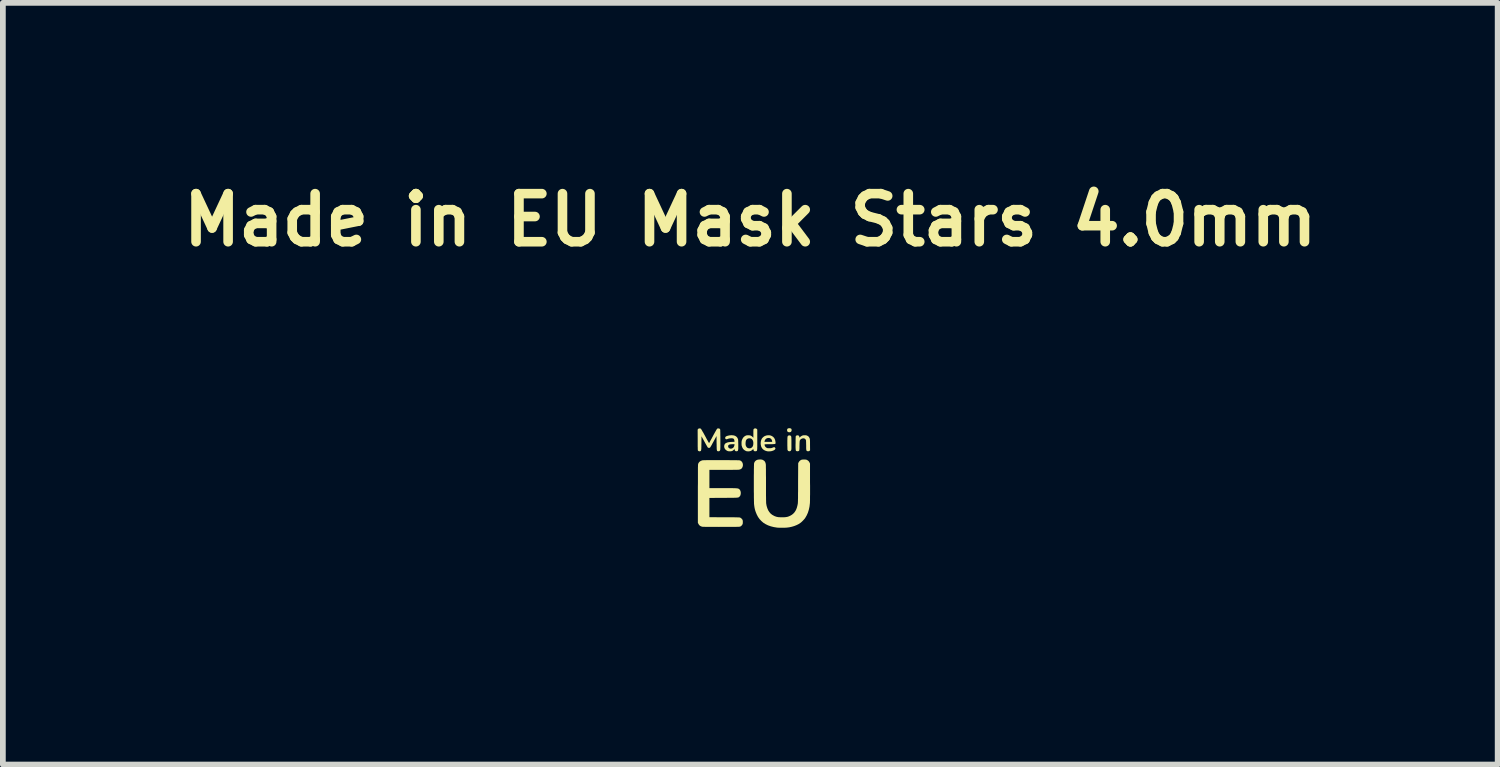
<source format=kicad_pcb>
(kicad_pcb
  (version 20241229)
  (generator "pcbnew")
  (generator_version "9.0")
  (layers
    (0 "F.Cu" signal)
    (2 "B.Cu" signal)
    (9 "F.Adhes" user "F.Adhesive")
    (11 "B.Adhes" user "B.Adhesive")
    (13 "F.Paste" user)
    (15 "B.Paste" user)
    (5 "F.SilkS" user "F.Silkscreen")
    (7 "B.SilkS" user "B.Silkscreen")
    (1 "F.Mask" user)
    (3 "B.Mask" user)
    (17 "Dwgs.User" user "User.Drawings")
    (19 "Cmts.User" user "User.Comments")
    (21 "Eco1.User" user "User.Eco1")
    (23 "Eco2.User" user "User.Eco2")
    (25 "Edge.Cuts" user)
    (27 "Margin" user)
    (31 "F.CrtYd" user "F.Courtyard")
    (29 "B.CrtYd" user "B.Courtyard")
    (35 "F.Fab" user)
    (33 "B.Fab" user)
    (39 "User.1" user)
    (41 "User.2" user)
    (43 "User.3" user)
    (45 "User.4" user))
  (footprint "Made in EU Mask Stars 4.0mm"
    (layer "F.Cu")
    (at 10.023 5.283)
    (property "Reference" "Made in EU Mask Stars 4.0mm" (at 0 -4.5 180) (layer "F.SilkS") (effects (font (size 0.838 0.838) (thickness 0.167))))
    (attr board_only exclude_from_pos_files exclude_from_bom)
    (fp_poly (pts (xy 1.47 -1.138) (xy 1.47 -1.137) (xy 1.472 -1.134) (xy 1.474 -1.125) (xy 1.479 -1.112) (xy 1.484 -1.095) (xy 1.491 -1.075) (xy 1.498 -1.053) (xy 1.506 -1.028) (xy 1.506 -1.026) (xy 1.541 -0.918) (xy 1.659 -0.917) (xy 1.778 -0.915) (xy 1.682 -0.847) (xy 1.661 -0.832) (xy 1.642 -0.818) (xy 1.625 -0.806) (xy 1.61 -0.795) (xy 1.599 -0.786) (xy 1.591 -0.78) (xy 1.587 -0.777) (xy 1.587 -0.777) (xy 1.588 -0.774) (xy 1.59 -0.766) (xy 1.594 -0.753) (xy 1.6 -0.737) (xy 1.606 -0.718) (xy 1.613 -0.695) (xy 1.621 -0.672) (xy 1.622 -0.667) (xy 1.63 -0.643) (xy 1.637 -0.62) (xy 1.644 -0.6) (xy 1.649 -0.583) (xy 1.653 -0.57) (xy 1.656 -0.561) (xy 1.657 -0.557) (xy 1.657 -0.557) (xy 1.654 -0.559) (xy 1.647 -0.563) (xy 1.637 -0.571) (xy 1.623 -0.581) (xy 1.607 -0.592) (xy 1.588 -0.606) (xy 1.568 -0.621) (xy 1.562 -0.625) (xy 1.469 -0.693) (xy 1.38 -0.628) (xy 1.355 -0.61) (xy 1.335 -0.595) (xy 1.319 -0.583) (xy 1.306 -0.574) (xy 1.296 -0.567) (xy 1.289 -0.562) (xy 1.285 -0.56) (xy 1.282 -0.558) (xy 1.281 -0.559) (xy 1.281 -0.56) (xy 1.281 -0.561) (xy 1.281 -0.562) (xy 1.291 -0.591) (xy 1.3 -0.62) (xy 1.31 -0.648) (xy 1.318 -0.675) (xy 1.326 -0.7) (xy 1.333 -0.723) (xy 1.339 -0.742) (xy 1.344 -0.758) (xy 1.347 -0.77) (xy 1.349 -0.778) (xy 1.349 -0.78) (xy 1.346 -0.782) (xy 1.339 -0.787) (xy 1.328 -0.795) (xy 1.314 -0.805) (xy 1.297 -0.817) (xy 1.278 -0.831) (xy 1.258 -0.845) (xy 1.253 -0.849) (xy 1.16 -0.915) (xy 1.278 -0.916) (xy 1.396 -0.917) (xy 1.422 -0.997) (xy 1.432 -1.029) (xy 1.441 -1.056) (xy 1.448 -1.079) (xy 1.454 -1.097) (xy 1.459 -1.111) (xy 1.463 -1.122) (xy 1.465 -1.129) (xy 1.467 -1.134) (xy 1.469 -1.137) (xy 1.47 -1.138)) (stroke (width 0) (type solid)) (fill yes) (layer "F.Mask"))
    (fp_poly (pts (xy 0.004 1.409) (xy 0.007 1.418) (xy 0.011 1.431) (xy 0.016 1.448) (xy 0.023 1.468) (xy 0.03 1.49) (xy 0.038 1.514) (xy 0.039 1.518) (xy 0.074 1.627) (xy 0.191 1.629) (xy 0.308 1.63) (xy 0.22 1.693) (xy 0.2 1.708) (xy 0.181 1.721) (xy 0.163 1.734) (xy 0.149 1.744) (xy 0.137 1.753) (xy 0.129 1.759) (xy 0.126 1.761) (xy 0.119 1.767) (xy 0.153 1.874) (xy 0.161 1.898) (xy 0.168 1.921) (xy 0.175 1.941) (xy 0.18 1.958) (xy 0.185 1.972) (xy 0.188 1.981) (xy 0.189 1.985) (xy 0.189 1.985) (xy 0.189 1.988) (xy 0.187 1.987) (xy 0.183 1.984) (xy 0.175 1.978) (xy 0.163 1.969) (xy 0.149 1.959) (xy 0.133 1.947) (xy 0.115 1.934) (xy 0.097 1.921) (xy 0.079 1.908) (xy 0.061 1.895) (xy 0.045 1.883) (xy 0.03 1.873) (xy 0.018 1.864) (xy 0.01 1.858) (xy 0.005 1.854) (xy 0.004 1.854) (xy 0.001 1.855) (xy -0.006 1.86) (xy -0.017 1.867) (xy -0.03 1.876) (xy -0.046 1.887) (xy -0.064 1.899) (xy -0.082 1.912) (xy -0.101 1.926) (xy -0.12 1.939) (xy -0.138 1.953) (xy -0.155 1.965) (xy -0.17 1.976) (xy -0.182 1.985) (xy -0.184 1.987) (xy -0.187 1.989) (xy -0.187 1.986) (xy -0.187 1.986) (xy -0.186 1.982) (xy -0.183 1.973) (xy -0.179 1.96) (xy -0.174 1.944) (xy -0.168 1.925) (xy -0.161 1.905) (xy -0.154 1.884) (xy -0.147 1.863) (xy -0.141 1.842) (xy -0.135 1.823) (xy -0.129 1.806) (xy -0.125 1.792) (xy -0.122 1.783) (xy -0.12 1.778) (xy -0.116 1.766) (xy -0.212 1.697) (xy -0.307 1.629) (xy -0.19 1.629) (xy -0.072 1.629) (xy -0.051 1.562) (xy -0.043 1.54) (xy -0.036 1.516) (xy -0.028 1.491) (xy -0.021 1.469) (xy -0.015 1.451) (xy -0.014 1.449) (xy -0.009 1.433) (xy -0.004 1.421) (xy -0.001 1.411) (xy 0.002 1.406) (xy 0.003 1.405)) (stroke (width 0) (type solid)) (fill yes) (layer "F.Mask"))
    (fp_poly (pts (xy -0.822 -1.685) (xy -0.815 -1.662) (xy -0.807 -1.639) (xy -0.8 -1.617) (xy -0.794 -1.598) (xy -0.788 -1.581) (xy -0.786 -1.573) (xy -0.774 -1.536) (xy -0.655 -1.536) (xy -0.537 -1.535) (xy -0.622 -1.474) (xy -0.643 -1.459) (xy -0.662 -1.446) (xy -0.679 -1.433) (xy -0.694 -1.422) (xy -0.706 -1.413) (xy -0.714 -1.407) (xy -0.718 -1.405) (xy -0.729 -1.396) (xy -0.693 -1.287) (xy -0.686 -1.263) (xy -0.679 -1.24) (xy -0.672 -1.22) (xy -0.667 -1.203) (xy -0.663 -1.19) (xy -0.66 -1.181) (xy -0.659 -1.177) (xy -0.659 -1.177) (xy -0.662 -1.178) (xy -0.669 -1.183) (xy -0.679 -1.19) (xy -0.693 -1.2) (xy -0.709 -1.212) (xy -0.728 -1.225) (xy -0.748 -1.24) (xy -0.75 -1.242) (xy -0.771 -1.257) (xy -0.79 -1.27) (xy -0.807 -1.283) (xy -0.821 -1.293) (xy -0.833 -1.301) (xy -0.841 -1.307) (xy -0.844 -1.309) (xy -0.844 -1.309) (xy -0.847 -1.308) (xy -0.855 -1.303) (xy -0.866 -1.296) (xy -0.88 -1.286) (xy -0.897 -1.274) (xy -0.916 -1.261) (xy -0.936 -1.246) (xy -0.94 -1.243) (xy -0.961 -1.228) (xy -0.98 -1.214) (xy -0.997 -1.202) (xy -1.011 -1.192) (xy -1.022 -1.184) (xy -1.03 -1.178) (xy -1.034 -1.176) (xy -1.034 -1.176) (xy -1.033 -1.179) (xy -1.031 -1.187) (xy -1.027 -1.199) (xy -1.022 -1.215) (xy -1.016 -1.234) (xy -1.009 -1.256) (xy -1.002 -1.28) (xy -1 -1.285) (xy -0.992 -1.31) (xy -0.985 -1.332) (xy -0.978 -1.352) (xy -0.973 -1.369) (xy -0.969 -1.383) (xy -0.966 -1.392) (xy -0.965 -1.396) (xy -0.965 -1.396) (xy -0.967 -1.398) (xy -0.974 -1.403) (xy -0.984 -1.411) (xy -0.998 -1.421) (xy -1.014 -1.433) (xy -1.033 -1.447) (xy -1.054 -1.462) (xy -1.06 -1.466) (xy -1.156 -1.535) (xy -1.037 -1.536) (xy -0.918 -1.536) (xy -0.89 -1.625) (xy -0.883 -1.648) (xy -0.876 -1.671) (xy -0.869 -1.692) (xy -0.863 -1.71) (xy -0.858 -1.725) (xy -0.855 -1.735) (xy -0.854 -1.737) (xy -0.846 -1.761)) (stroke (width 0) (type solid)) (fill yes) (layer "F.Mask"))
    (fp_poly (pts (xy -0.845 1.184) (xy -0.842 1.191) (xy -0.837 1.203) (xy -0.832 1.219) (xy -0.826 1.238) (xy -0.818 1.259) (xy -0.811 1.283) (xy -0.808 1.291) (xy -0.773 1.402) (xy -0.655 1.403) (xy -0.537 1.404) (xy -0.632 1.472) (xy -0.653 1.487) (xy -0.672 1.501) (xy -0.689 1.513) (xy -0.704 1.524) (xy -0.715 1.533) (xy -0.723 1.539) (xy -0.726 1.542) (xy -0.726 1.542) (xy -0.726 1.545) (xy -0.723 1.553) (xy -0.719 1.566) (xy -0.714 1.583) (xy -0.708 1.602) (xy -0.701 1.624) (xy -0.693 1.648) (xy -0.692 1.651) (xy -0.684 1.675) (xy -0.677 1.697) (xy -0.671 1.717) (xy -0.666 1.734) (xy -0.662 1.747) (xy -0.66 1.756) (xy -0.659 1.76) (xy -0.659 1.76) (xy -0.661 1.759) (xy -0.667 1.755) (xy -0.676 1.749) (xy -0.685 1.743) (xy -0.694 1.737) (xy -0.707 1.727) (xy -0.723 1.715) (xy -0.741 1.702) (xy -0.76 1.688) (xy -0.777 1.675) (xy -0.845 1.626) (xy -0.926 1.686) (xy -0.946 1.7) (xy -0.965 1.714) (xy -0.983 1.727) (xy -0.998 1.737) (xy -1.009 1.746) (xy -1.018 1.752) (xy -1.021 1.754) (xy -1.028 1.759) (xy -1.032 1.761) (xy -1.033 1.76) (xy -1.032 1.756) (xy -1.03 1.752) (xy -1.027 1.742) (xy -1.023 1.729) (xy -1.017 1.711) (xy -1.011 1.691) (xy -1.004 1.669) (xy -0.997 1.647) (xy -0.989 1.623) (xy -0.982 1.602) (xy -0.977 1.582) (xy -0.972 1.566) (xy -0.968 1.553) (xy -0.966 1.545) (xy -0.965 1.541) (xy -0.968 1.539) (xy -0.975 1.533) (xy -0.986 1.525) (xy -1 1.515) (xy -1.017 1.502) (xy -1.035 1.489) (xy -1.056 1.474) (xy -1.06 1.471) (xy -1.153 1.404) (xy -1.035 1.403) (xy -0.917 1.402) (xy -0.911 1.384) (xy -0.906 1.365) (xy -0.899 1.344) (xy -0.892 1.322) (xy -0.885 1.299) (xy -0.877 1.276) (xy -0.87 1.255) (xy -0.864 1.234) (xy -0.858 1.216) (xy -0.853 1.201) (xy -0.849 1.19) (xy -0.847 1.183) (xy -0.846 1.181)) (stroke (width 0) (type solid)) (fill yes) (layer "F.Mask"))
    (fp_poly (pts (xy 0.849 1.182) (xy 0.85 1.185) (xy 0.852 1.19) (xy 0.854 1.198) (xy 0.858 1.209) (xy 0.863 1.223) (xy 0.869 1.242) (xy 0.876 1.264) (xy 0.885 1.292) (xy 0.895 1.325) (xy 0.898 1.332) (xy 0.92 1.402) (xy 1.038 1.403) (xy 1.156 1.404) (xy 1.063 1.471) (xy 1.042 1.486) (xy 1.023 1.5) (xy 1.005 1.512) (xy 0.991 1.523) (xy 0.979 1.531) (xy 0.971 1.536) (xy 0.967 1.539) (xy 0.967 1.539) (xy 0.968 1.542) (xy 0.97 1.55) (xy 0.973 1.563) (xy 0.978 1.579) (xy 0.984 1.599) (xy 0.991 1.621) (xy 0.999 1.645) (xy 1 1.651) (xy 1.008 1.675) (xy 1.015 1.698) (xy 1.022 1.718) (xy 1.027 1.735) (xy 1.031 1.748) (xy 1.034 1.757) (xy 1.035 1.761) (xy 1.035 1.762) (xy 1.033 1.76) (xy 1.026 1.755) (xy 1.015 1.748) (xy 1.001 1.738) (xy 0.985 1.726) (xy 0.966 1.713) (xy 0.946 1.698) (xy 0.941 1.694) (xy 0.847 1.626) (xy 0.832 1.637) (xy 0.812 1.652) (xy 0.792 1.667) (xy 0.771 1.682) (xy 0.75 1.698) (xy 0.73 1.712) (xy 0.712 1.725) (xy 0.695 1.737) (xy 0.681 1.747) (xy 0.67 1.755) (xy 0.663 1.76) (xy 0.659 1.762) (xy 0.659 1.763) (xy 0.659 1.761) (xy 0.659 1.76) (xy 0.66 1.757) (xy 0.663 1.749) (xy 0.667 1.737) (xy 0.672 1.721) (xy 0.678 1.703) (xy 0.684 1.683) (xy 0.691 1.662) (xy 0.698 1.64) (xy 0.705 1.619) (xy 0.711 1.599) (xy 0.717 1.58) (xy 0.722 1.565) (xy 0.726 1.553) (xy 0.729 1.545) (xy 0.729 1.542) (xy 0.729 1.542) (xy 0.727 1.54) (xy 0.72 1.535) (xy 0.71 1.527) (xy 0.696 1.517) (xy 0.68 1.505) (xy 0.661 1.491) (xy 0.64 1.476) (xy 0.634 1.472) (xy 0.539 1.404) (xy 0.657 1.402) (xy 0.775 1.401) (xy 0.811 1.29) (xy 0.819 1.266) (xy 0.826 1.243) (xy 0.833 1.223) (xy 0.838 1.206) (xy 0.843 1.193) (xy 0.846 1.184) (xy 0.848 1.181) (xy 0.848 1.18)) (stroke (width 0) (type solid)) (fill yes) (layer "F.Mask"))
    (fp_poly (pts (xy 0.003 -1.984) (xy 0.006 -1.975) (xy 0.01 -1.963) (xy 0.015 -1.946) (xy 0.021 -1.926) (xy 0.029 -1.904) (xy 0.036 -1.88) (xy 0.038 -1.874) (xy 0.073 -1.764) (xy 0.191 -1.763) (xy 0.308 -1.761) (xy 0.214 -1.693) (xy 0.193 -1.678) (xy 0.173 -1.664) (xy 0.156 -1.652) (xy 0.142 -1.641) (xy 0.13 -1.633) (xy 0.123 -1.627) (xy 0.119 -1.624) (xy 0.119 -1.624) (xy 0.12 -1.621) (xy 0.122 -1.613) (xy 0.126 -1.601) (xy 0.131 -1.586) (xy 0.137 -1.568) (xy 0.143 -1.548) (xy 0.15 -1.526) (xy 0.157 -1.505) (xy 0.164 -1.484) (xy 0.17 -1.464) (xy 0.176 -1.445) (xy 0.181 -1.43) (xy 0.185 -1.417) (xy 0.188 -1.41) (xy 0.188 -1.408) (xy 0.189 -1.406) (xy 0.189 -1.405) (xy 0.188 -1.404) (xy 0.186 -1.406) (xy 0.181 -1.408) (xy 0.174 -1.413) (xy 0.165 -1.42) (xy 0.152 -1.429) (xy 0.135 -1.442) (xy 0.114 -1.457) (xy 0.101 -1.466) (xy 0.081 -1.481) (xy 0.063 -1.494) (xy 0.046 -1.507) (xy 0.032 -1.517) (xy 0.02 -1.525) (xy 0.013 -1.531) (xy 0.01 -1.533) (xy 0.001 -1.539) (xy -0.079 -1.481) (xy -0.099 -1.466) (xy -0.118 -1.452) (xy -0.136 -1.44) (xy -0.151 -1.429) (xy -0.163 -1.42) (xy -0.171 -1.414) (xy -0.174 -1.412) (xy -0.182 -1.406) (xy -0.186 -1.404) (xy -0.187 -1.405) (xy -0.186 -1.408) (xy -0.186 -1.408) (xy -0.185 -1.413) (xy -0.182 -1.422) (xy -0.178 -1.435) (xy -0.172 -1.451) (xy -0.166 -1.47) (xy -0.16 -1.491) (xy -0.153 -1.512) (xy -0.146 -1.534) (xy -0.139 -1.555) (xy -0.133 -1.574) (xy -0.127 -1.591) (xy -0.123 -1.605) (xy -0.12 -1.615) (xy -0.118 -1.621) (xy -0.118 -1.621) (xy -0.12 -1.624) (xy -0.126 -1.629) (xy -0.136 -1.638) (xy -0.15 -1.648) (xy -0.166 -1.66) (xy -0.185 -1.674) (xy -0.206 -1.689) (xy -0.211 -1.693) (xy -0.306 -1.761) (xy -0.189 -1.762) (xy -0.072 -1.763) (xy -0.051 -1.829) (xy -0.043 -1.851) (xy -0.036 -1.876) (xy -0.028 -1.9) (xy -0.021 -1.922) (xy -0.015 -1.94) (xy -0.014 -1.942) (xy -0.009 -1.958) (xy -0.005 -1.971) (xy -0.001 -1.981) (xy 0.001 -1.986) (xy 0.002 -1.987)) (stroke (width 0) (type solid)) (fill yes) (layer "F.Mask"))
    (fp_poly (pts (xy 1.47 0.561) (xy 1.472 0.568) (xy 1.476 0.58) (xy 1.482 0.596) (xy 1.488 0.615) (xy 1.495 0.637) (xy 1.503 0.661) (xy 1.505 0.668) (xy 1.541 0.779) (xy 1.66 0.78) (xy 1.779 0.782) (xy 1.685 0.849) (xy 1.664 0.863) (xy 1.645 0.877) (xy 1.628 0.89) (xy 1.613 0.9) (xy 1.601 0.909) (xy 1.593 0.914) (xy 1.589 0.917) (xy 1.589 0.917) (xy 1.589 0.921) (xy 1.591 0.929) (xy 1.595 0.942) (xy 1.6 0.959) (xy 1.606 0.98) (xy 1.614 1.004) (xy 1.622 1.03) (xy 1.63 1.055) (xy 1.637 1.078) (xy 1.644 1.098) (xy 1.649 1.115) (xy 1.653 1.128) (xy 1.656 1.138) (xy 1.657 1.142) (xy 1.657 1.142) (xy 1.655 1.14) (xy 1.648 1.136) (xy 1.638 1.128) (xy 1.624 1.118) (xy 1.608 1.106) (xy 1.589 1.093) (xy 1.569 1.078) (xy 1.563 1.074) (xy 1.54 1.057) (xy 1.52 1.042) (xy 1.504 1.031) (xy 1.492 1.023) (xy 1.483 1.016) (xy 1.476 1.012) (xy 1.471 1.01) (xy 1.468 1.009) (xy 1.465 1.009) (xy 1.464 1.009) (xy 1.46 1.012) (xy 1.452 1.018) (xy 1.44 1.026) (xy 1.425 1.037) (xy 1.408 1.049) (xy 1.389 1.063) (xy 1.37 1.077) (xy 1.35 1.092) (xy 1.332 1.105) (xy 1.315 1.117) (xy 1.302 1.126) (xy 1.291 1.134) (xy 1.284 1.138) (xy 1.282 1.14) (xy 1.282 1.137) (xy 1.285 1.129) (xy 1.288 1.116) (xy 1.293 1.1) (xy 1.3 1.081) (xy 1.307 1.059) (xy 1.314 1.035) (xy 1.316 1.03) (xy 1.324 1.006) (xy 1.331 0.983) (xy 1.337 0.963) (xy 1.342 0.946) (xy 1.346 0.933) (xy 1.349 0.924) (xy 1.35 0.92) (xy 1.35 0.92) (xy 1.347 0.917) (xy 1.341 0.912) (xy 1.331 0.905) (xy 1.319 0.896) (xy 1.314 0.893) (xy 1.301 0.883) (xy 1.284 0.871) (xy 1.266 0.858) (xy 1.246 0.844) (xy 1.226 0.83) (xy 1.219 0.824) (xy 1.16 0.782) (xy 1.278 0.78) (xy 1.397 0.779) (xy 1.432 0.669) (xy 1.44 0.645) (xy 1.447 0.622) (xy 1.454 0.602) (xy 1.459 0.585) (xy 1.464 0.571) (xy 1.467 0.562) (xy 1.468 0.558) (xy 1.468 0.558)) (stroke (width 0) (type solid)) (fill yes) (layer "F.Mask"))
    (fp_poly (pts (xy -1.465 0.56) (xy -1.464 0.563) (xy -1.461 0.572) (xy -1.457 0.585) (xy -1.451 0.602) (xy -1.445 0.622) (xy -1.438 0.645) (xy -1.43 0.669) (xy -1.429 0.671) (xy -1.395 0.779) (xy -1.276 0.78) (xy -1.157 0.782) (xy -1.252 0.85) (xy -1.273 0.865) (xy -1.292 0.879) (xy -1.31 0.891) (xy -1.324 0.902) (xy -1.336 0.91) (xy -1.344 0.916) (xy -1.348 0.918) (xy -1.348 0.919) (xy -1.347 0.922) (xy -1.345 0.929) (xy -1.341 0.942) (xy -1.336 0.958) (xy -1.33 0.977) (xy -1.323 1) (xy -1.315 1.024) (xy -1.313 1.03) (xy -1.305 1.055) (xy -1.298 1.078) (xy -1.292 1.098) (xy -1.286 1.115) (xy -1.282 1.128) (xy -1.279 1.137) (xy -1.278 1.142) (xy -1.278 1.142) (xy -1.281 1.14) (xy -1.287 1.136) (xy -1.298 1.128) (xy -1.311 1.118) (xy -1.328 1.106) (xy -1.346 1.093) (xy -1.366 1.078) (xy -1.37 1.076) (xy -1.39 1.061) (xy -1.409 1.047) (xy -1.426 1.034) (xy -1.441 1.024) (xy -1.452 1.015) (xy -1.46 1.01) (xy -1.464 1.007) (xy -1.464 1.007) (xy -1.467 1.009) (xy -1.474 1.013) (xy -1.486 1.02) (xy -1.5 1.03) (xy -1.517 1.042) (xy -1.536 1.056) (xy -1.556 1.071) (xy -1.561 1.074) (xy -1.582 1.089) (xy -1.601 1.103) (xy -1.618 1.116) (xy -1.633 1.126) (xy -1.644 1.134) (xy -1.652 1.14) (xy -1.655 1.142) (xy -1.655 1.142) (xy -1.654 1.139) (xy -1.652 1.131) (xy -1.648 1.119) (xy -1.643 1.102) (xy -1.637 1.083) (xy -1.629 1.061) (xy -1.622 1.037) (xy -1.62 1.031) (xy -1.612 1.007) (xy -1.605 0.984) (xy -1.599 0.964) (xy -1.593 0.947) (xy -1.589 0.933) (xy -1.587 0.924) (xy -1.586 0.92) (xy -1.586 0.919) (xy -1.588 0.917) (xy -1.595 0.912) (xy -1.606 0.904) (xy -1.62 0.894) (xy -1.637 0.882) (xy -1.656 0.868) (xy -1.676 0.853) (xy -1.681 0.849) (xy -1.776 0.782) (xy -1.657 0.78) (xy -1.538 0.779) (xy -1.515 0.706) (xy -1.508 0.683) (xy -1.5 0.66) (xy -1.493 0.638) (xy -1.487 0.618) (xy -1.481 0.601) (xy -1.479 0.594) (xy -1.475 0.58) (xy -1.471 0.569) (xy -1.467 0.562) (xy -1.465 0.559)) (stroke (width 0) (type solid)) (fill yes) (layer "F.Mask"))
    (fp_poly (pts (xy 0.852 -1.753) (xy 0.855 -1.744) (xy 0.86 -1.731) (xy 0.865 -1.714) (xy 0.871 -1.694) (xy 0.879 -1.672) (xy 0.886 -1.648) (xy 0.887 -1.645) (xy 0.922 -1.538) (xy 1.04 -1.536) (xy 1.159 -1.535) (xy 1.064 -1.467) (xy 1.043 -1.451) (xy 1.024 -1.438) (xy 1.006 -1.425) (xy 0.992 -1.415) (xy 0.98 -1.406) (xy 0.972 -1.401) (xy 0.968 -1.398) (xy 0.968 -1.398) (xy 0.969 -1.395) (xy 0.971 -1.387) (xy 0.975 -1.375) (xy 0.98 -1.358) (xy 0.986 -1.339) (xy 0.993 -1.317) (xy 1.001 -1.293) (xy 1.003 -1.287) (xy 1.011 -1.263) (xy 1.018 -1.24) (xy 1.024 -1.22) (xy 1.03 -1.203) (xy 1.034 -1.19) (xy 1.036 -1.181) (xy 1.037 -1.177) (xy 1.037 -1.176) (xy 1.035 -1.178) (xy 1.028 -1.183) (xy 1.018 -1.19) (xy 1.004 -1.2) (xy 0.987 -1.212) (xy 0.969 -1.225) (xy 0.949 -1.24) (xy 0.946 -1.242) (xy 0.925 -1.257) (xy 0.906 -1.271) (xy 0.889 -1.283) (xy 0.874 -1.293) (xy 0.862 -1.301) (xy 0.854 -1.306) (xy 0.85 -1.308) (xy 0.85 -1.308) (xy 0.847 -1.307) (xy 0.839 -1.302) (xy 0.828 -1.294) (xy 0.814 -1.284) (xy 0.797 -1.272) (xy 0.778 -1.259) (xy 0.757 -1.244) (xy 0.755 -1.242) (xy 0.735 -1.227) (xy 0.716 -1.214) (xy 0.699 -1.201) (xy 0.685 -1.191) (xy 0.674 -1.183) (xy 0.666 -1.178) (xy 0.663 -1.176) (xy 0.663 -1.176) (xy 0.662 -1.178) (xy 0.664 -1.184) (xy 0.668 -1.197) (xy 0.673 -1.212) (xy 0.679 -1.231) (xy 0.686 -1.251) (xy 0.692 -1.272) (xy 0.699 -1.294) (xy 0.706 -1.316) (xy 0.713 -1.336) (xy 0.719 -1.355) (xy 0.724 -1.371) (xy 0.728 -1.384) (xy 0.73 -1.393) (xy 0.732 -1.397) (xy 0.732 -1.398) (xy 0.729 -1.4) (xy 0.722 -1.404) (xy 0.712 -1.412) (xy 0.698 -1.422) (xy 0.681 -1.434) (xy 0.662 -1.448) (xy 0.642 -1.462) (xy 0.636 -1.467) (xy 0.541 -1.535) (xy 0.66 -1.536) (xy 0.778 -1.538) (xy 0.799 -1.603) (xy 0.806 -1.626) (xy 0.814 -1.65) (xy 0.822 -1.673) (xy 0.829 -1.695) (xy 0.834 -1.713) (xy 0.835 -1.715) (xy 0.84 -1.73) (xy 0.844 -1.742) (xy 0.848 -1.751) (xy 0.85 -1.756) (xy 0.851 -1.756)) (stroke (width 0) (type solid)) (fill yes) (layer "F.Mask"))
    (fp_poly (pts (xy -1.465 -1.133) (xy -1.462 -1.125) (xy -1.458 -1.113) (xy -1.452 -1.096) (xy -1.446 -1.077) (xy -1.439 -1.055) (xy -1.431 -1.031) (xy -1.429 -1.025) (xy -1.394 -0.915) (xy -1.276 -0.914) (xy -1.158 -0.913) (xy -1.254 -0.844) (xy -1.278 -0.827) (xy -1.298 -0.812) (xy -1.313 -0.801) (xy -1.326 -0.792) (xy -1.335 -0.784) (xy -1.341 -0.779) (xy -1.345 -0.775) (xy -1.347 -0.772) (xy -1.347 -0.77) (xy -1.347 -0.77) (xy -1.345 -0.765) (xy -1.342 -0.756) (xy -1.338 -0.742) (xy -1.333 -0.726) (xy -1.327 -0.707) (xy -1.32 -0.686) (xy -1.313 -0.665) (xy -1.306 -0.644) (xy -1.3 -0.623) (xy -1.294 -0.604) (xy -1.288 -0.587) (xy -1.284 -0.573) (xy -1.281 -0.563) (xy -1.279 -0.558) (xy -1.279 -0.557) (xy -1.279 -0.555) (xy -1.281 -0.556) (xy -1.284 -0.558) (xy -1.291 -0.563) (xy -1.302 -0.57) (xy -1.315 -0.58) (xy -1.331 -0.591) (xy -1.348 -0.604) (xy -1.366 -0.617) (xy -1.384 -0.63) (xy -1.402 -0.643) (xy -1.419 -0.655) (xy -1.434 -0.666) (xy -1.447 -0.676) (xy -1.456 -0.683) (xy -1.462 -0.687) (xy -1.463 -0.688) (xy -1.466 -0.687) (xy -1.474 -0.682) (xy -1.485 -0.675) (xy -1.499 -0.665) (xy -1.516 -0.653) (xy -1.536 -0.639) (xy -1.557 -0.624) (xy -1.56 -0.622) (xy -1.581 -0.607) (xy -1.6 -0.593) (xy -1.617 -0.581) (xy -1.632 -0.57) (xy -1.643 -0.562) (xy -1.651 -0.556) (xy -1.655 -0.554) (xy -1.655 -0.554) (xy -1.655 -0.556) (xy -1.654 -0.558) (xy -1.653 -0.562) (xy -1.65 -0.571) (xy -1.646 -0.584) (xy -1.64 -0.601) (xy -1.634 -0.621) (xy -1.627 -0.643) (xy -1.619 -0.666) (xy -1.612 -0.69) (xy -1.605 -0.712) (xy -1.598 -0.732) (xy -1.593 -0.748) (xy -1.589 -0.761) (xy -1.586 -0.769) (xy -1.585 -0.773) (xy -1.587 -0.775) (xy -1.593 -0.78) (xy -1.604 -0.788) (xy -1.617 -0.799) (xy -1.634 -0.811) (xy -1.652 -0.825) (xy -1.673 -0.84) (xy -1.679 -0.844) (xy -1.774 -0.913) (xy -1.657 -0.914) (xy -1.539 -0.915) (xy -1.524 -0.96) (xy -1.519 -0.977) (xy -1.512 -0.998) (xy -1.505 -1.021) (xy -1.497 -1.044) (xy -1.49 -1.067) (xy -1.489 -1.071) (xy -1.483 -1.09) (xy -1.477 -1.106) (xy -1.472 -1.12) (xy -1.469 -1.13) (xy -1.466 -1.136) (xy -1.466 -1.136)) (stroke (width 0) (type solid)) (fill yes) (layer "F.Mask"))
    (fp_poly (pts (xy -1.693 -0.287) (xy -1.69 -0.28) (xy -1.686 -0.268) (xy -1.681 -0.252) (xy -1.674 -0.233) (xy -1.667 -0.211) (xy -1.659 -0.187) (xy -1.657 -0.18) (xy -1.622 -0.068) (xy -1.504 -0.068) (xy -1.473 -0.068) (xy -1.446 -0.068) (xy -1.424 -0.068) (xy -1.407 -0.067) (xy -1.395 -0.067) (xy -1.39 -0.066) (xy -1.389 -0.066) (xy -1.392 -0.063) (xy -1.399 -0.058) (xy -1.409 -0.05) (xy -1.423 -0.04) (xy -1.44 -0.027) (xy -1.459 -0.014) (xy -1.48 0.001) (xy -1.483 0.003) (xy -1.503 0.018) (xy -1.522 0.032) (xy -1.539 0.045) (xy -1.553 0.055) (xy -1.564 0.064) (xy -1.572 0.069) (xy -1.575 0.072) (xy -1.575 0.072) (xy -1.574 0.076) (xy -1.572 0.084) (xy -1.568 0.097) (xy -1.562 0.113) (xy -1.556 0.133) (xy -1.549 0.155) (xy -1.541 0.179) (xy -1.54 0.182) (xy -1.533 0.206) (xy -1.526 0.229) (xy -1.52 0.248) (xy -1.514 0.265) (xy -1.51 0.278) (xy -1.508 0.287) (xy -1.507 0.29) (xy -1.507 0.29) (xy -1.51 0.289) (xy -1.517 0.284) (xy -1.527 0.277) (xy -1.541 0.267) (xy -1.557 0.256) (xy -1.576 0.242) (xy -1.596 0.227) (xy -1.6 0.225) (xy -1.623 0.208) (xy -1.643 0.193) (xy -1.661 0.181) (xy -1.676 0.171) (xy -1.687 0.164) (xy -1.694 0.16) (xy -1.696 0.159) (xy -1.699 0.161) (xy -1.707 0.166) (xy -1.718 0.174) (xy -1.732 0.184) (xy -1.749 0.197) (xy -1.768 0.21) (xy -1.787 0.224) (xy -1.811 0.242) (xy -1.83 0.256) (xy -1.846 0.267) (xy -1.858 0.276) (xy -1.867 0.282) (xy -1.873 0.286) (xy -1.877 0.289) (xy -1.88 0.291) (xy -1.881 0.291) (xy -1.882 0.291) (xy -1.882 0.29) (xy -1.881 0.287) (xy -1.878 0.279) (xy -1.874 0.266) (xy -1.869 0.25) (xy -1.863 0.231) (xy -1.856 0.209) (xy -1.848 0.185) (xy -1.847 0.183) (xy -1.84 0.158) (xy -1.832 0.136) (xy -1.826 0.116) (xy -1.821 0.099) (xy -1.817 0.086) (xy -1.814 0.077) (xy -1.813 0.073) (xy -1.813 0.073) (xy -1.815 0.071) (xy -1.822 0.065) (xy -1.833 0.057) (xy -1.846 0.046) (xy -1.863 0.034) (xy -1.882 0.02) (xy -1.902 0.006) (xy -1.905 0.003) (xy -1.926 -0.012) (xy -1.945 -0.026) (xy -1.962 -0.038) (xy -1.977 -0.049) (xy -1.988 -0.057) (xy -1.996 -0.063) (xy -1.999 -0.066) (xy -1.999 -0.066) (xy -1.997 -0.066) (xy -1.989 -0.067) (xy -1.976 -0.067) (xy -1.96 -0.068) (xy -1.939 -0.068) (xy -1.916 -0.068) (xy -1.89 -0.068) (xy -1.883 -0.068) (xy -1.766 -0.068) (xy -1.76 -0.087) (xy -1.754 -0.107) (xy -1.747 -0.129) (xy -1.739 -0.152) (xy -1.732 -0.176) (xy -1.725 -0.198) (xy -1.718 -0.22) (xy -1.711 -0.24) (xy -1.705 -0.258) (xy -1.701 -0.272) (xy -1.697 -0.283) (xy -1.695 -0.288) (xy -1.694 -0.289)) (stroke (width 0) (type solid)) (fill yes) (layer "F.Mask"))
    (fp_poly (pts (xy 1.695 -0.289) (xy 1.698 -0.282) (xy 1.702 -0.27) (xy 1.707 -0.256) (xy 1.712 -0.239) (xy 1.712 -0.239) (xy 1.719 -0.218) (xy 1.727 -0.193) (xy 1.735 -0.168) (xy 1.743 -0.143) (xy 1.748 -0.129) (xy 1.766 -0.071) (xy 1.883 -0.071) (xy 1.909 -0.071) (xy 1.933 -0.071) (xy 1.954 -0.071) (xy 1.972 -0.071) (xy 1.986 -0.07) (xy 1.996 -0.07) (xy 2 -0.069) (xy 2.001 -0.069) (xy 1.998 -0.067) (xy 1.991 -0.062) (xy 1.981 -0.054) (xy 1.967 -0.044) (xy 1.951 -0.032) (xy 1.932 -0.018) (xy 1.911 -0.003) (xy 1.907 -0.000043) (xy 1.886 0.015) (xy 1.867 0.029) (xy 1.85 0.042) (xy 1.835 0.052) (xy 1.824 0.061) (xy 1.817 0.067) (xy 1.813 0.07) (xy 1.813 0.071) (xy 1.814 0.074) (xy 1.817 0.083) (xy 1.82 0.096) (xy 1.826 0.112) (xy 1.832 0.132) (xy 1.839 0.154) (xy 1.847 0.178) (xy 1.847 0.18) (xy 1.855 0.204) (xy 1.862 0.227) (xy 1.868 0.246) (xy 1.873 0.263) (xy 1.877 0.276) (xy 1.88 0.284) (xy 1.88 0.288) (xy 1.88 0.288) (xy 1.878 0.287) (xy 1.871 0.282) (xy 1.86 0.275) (xy 1.847 0.265) (xy 1.83 0.253) (xy 1.812 0.24) (xy 1.792 0.225) (xy 1.789 0.223) (xy 1.769 0.208) (xy 1.75 0.194) (xy 1.733 0.182) (xy 1.718 0.172) (xy 1.707 0.164) (xy 1.699 0.158) (xy 1.696 0.156) (xy 1.696 0.156) (xy 1.692 0.157) (xy 1.685 0.162) (xy 1.674 0.169) (xy 1.66 0.179) (xy 1.643 0.191) (xy 1.625 0.204) (xy 1.607 0.217) (xy 1.582 0.235) (xy 1.562 0.25) (xy 1.546 0.262) (xy 1.533 0.271) (xy 1.523 0.278) (xy 1.516 0.283) (xy 1.511 0.286) (xy 1.509 0.288) (xy 1.507 0.288) (xy 1.506 0.288) (xy 1.506 0.287) (xy 1.507 0.284) (xy 1.51 0.276) (xy 1.514 0.263) (xy 1.519 0.247) (xy 1.525 0.227) (xy 1.532 0.205) (xy 1.54 0.181) (xy 1.541 0.179) (xy 1.548 0.155) (xy 1.556 0.133) (xy 1.562 0.113) (xy 1.567 0.096) (xy 1.571 0.083) (xy 1.574 0.074) (xy 1.575 0.07) (xy 1.575 0.07) (xy 1.573 0.068) (xy 1.566 0.062) (xy 1.555 0.054) (xy 1.542 0.044) (xy 1.525 0.032) (xy 1.506 0.018) (xy 1.486 0.003) (xy 1.481 0) (xy 1.46 -0.015) (xy 1.441 -0.029) (xy 1.424 -0.041) (xy 1.41 -0.052) (xy 1.398 -0.06) (xy 1.391 -0.066) (xy 1.388 -0.069) (xy 1.387 -0.069) (xy 1.39 -0.069) (xy 1.398 -0.07) (xy 1.411 -0.07) (xy 1.428 -0.07) (xy 1.448 -0.07) (xy 1.472 -0.07) (xy 1.497 -0.069) (xy 1.503 -0.069) (xy 1.532 -0.069) (xy 1.556 -0.069) (xy 1.575 -0.068) (xy 1.59 -0.068) (xy 1.601 -0.069) (xy 1.609 -0.069) (xy 1.615 -0.069) (xy 1.618 -0.07) (xy 1.62 -0.071) (xy 1.621 -0.073) (xy 1.622 -0.073) (xy 1.623 -0.077) (xy 1.626 -0.086) (xy 1.631 -0.1) (xy 1.636 -0.117) (xy 1.643 -0.137) (xy 1.65 -0.159) (xy 1.658 -0.184) (xy 1.658 -0.185) (xy 1.666 -0.209) (xy 1.673 -0.231) (xy 1.68 -0.251) (xy 1.685 -0.267) (xy 1.689 -0.28) (xy 1.692 -0.288) (xy 1.694 -0.292) (xy 1.694 -0.292)) (stroke (width 0) (type solid)) (fill yes) (layer "F.Mask"))
    (fp_poly (pts (xy 0.694 -0.871) (xy 0.707 -0.867) (xy 0.716 -0.86) (xy 0.72 -0.848) (xy 0.721 -0.837) (xy 0.718 -0.823) (xy 0.711 -0.811) (xy 0.702 -0.805) (xy 0.692 -0.802) (xy 0.679 -0.801) (xy 0.666 -0.803) (xy 0.659 -0.805) (xy 0.649 -0.812) (xy 0.644 -0.823) (xy 0.641 -0.835) (xy 0.642 -0.848) (xy 0.647 -0.859) (xy 0.651 -0.864) (xy 0.657 -0.868) (xy 0.665 -0.87) (xy 0.677 -0.872)) (stroke (width 0) (type solid)) (fill yes) (layer "F.SilkS"))
    (fp_poly (pts (xy 0.696 -0.745) (xy 0.706 -0.739) (xy 0.713 -0.727) (xy 0.715 -0.72) (xy 0.715 -0.714) (xy 0.716 -0.703) (xy 0.716 -0.687) (xy 0.717 -0.668) (xy 0.717 -0.647) (xy 0.717 -0.624) (xy 0.717 -0.601) (xy 0.717 -0.578) (xy 0.717 -0.557) (xy 0.717 -0.538) (xy 0.717 -0.521) (xy 0.716 -0.509) (xy 0.716 -0.502) (xy 0.711 -0.487) (xy 0.705 -0.479) (xy 0.699 -0.474) (xy 0.693 -0.471) (xy 0.683 -0.47) (xy 0.682 -0.47) (xy 0.67 -0.472) (xy 0.66 -0.476) (xy 0.66 -0.476) (xy 0.654 -0.484) (xy 0.649 -0.493) (xy 0.649 -0.494) (xy 0.648 -0.5) (xy 0.648 -0.511) (xy 0.647 -0.526) (xy 0.647 -0.545) (xy 0.646 -0.566) (xy 0.646 -0.589) (xy 0.646 -0.612) (xy 0.646 -0.636) (xy 0.646 -0.658) (xy 0.647 -0.679) (xy 0.647 -0.696) (xy 0.648 -0.711) (xy 0.649 -0.72) (xy 0.649 -0.724) (xy 0.655 -0.736) (xy 0.665 -0.744) (xy 0.679 -0.747) (xy 0.682 -0.747)) (stroke (width 0) (type solid)) (fill yes) (layer "F.SilkS"))
    (fp_poly (pts (xy 0.332 -0.749) (xy 0.357 -0.744) (xy 0.379 -0.734) (xy 0.399 -0.72) (xy 0.415 -0.703) (xy 0.424 -0.688) (xy 0.432 -0.669) (xy 0.437 -0.648) (xy 0.44 -0.627) (xy 0.441 -0.62) (xy 0.441 -0.613) (xy 0.44 -0.608) (xy 0.439 -0.603) (xy 0.435 -0.6) (xy 0.43 -0.597) (xy 0.422 -0.596) (xy 0.41 -0.595) (xy 0.395 -0.594) (xy 0.375 -0.593) (xy 0.349 -0.593) (xy 0.338 -0.593) (xy 0.311 -0.593) (xy 0.291 -0.593) (xy 0.275 -0.592) (xy 0.263 -0.592) (xy 0.255 -0.59) (xy 0.25 -0.589) (xy 0.248 -0.586) (xy 0.248 -0.583) (xy 0.249 -0.578) (xy 0.251 -0.573) (xy 0.252 -0.57) (xy 0.259 -0.554) (xy 0.268 -0.543) (xy 0.28 -0.533) (xy 0.284 -0.531) (xy 0.291 -0.527) (xy 0.298 -0.525) (xy 0.305 -0.523) (xy 0.314 -0.523) (xy 0.328 -0.523) (xy 0.332 -0.523) (xy 0.347 -0.523) (xy 0.359 -0.524) (xy 0.367 -0.525) (xy 0.376 -0.528) (xy 0.384 -0.531) (xy 0.399 -0.537) (xy 0.411 -0.541) (xy 0.419 -0.541) (xy 0.425 -0.539) (xy 0.43 -0.535) (xy 0.437 -0.525) (xy 0.438 -0.516) (xy 0.434 -0.506) (xy 0.426 -0.497) (xy 0.415 -0.489) (xy 0.4 -0.482) (xy 0.383 -0.476) (xy 0.364 -0.471) (xy 0.344 -0.469) (xy 0.323 -0.468) (xy 0.302 -0.469) (xy 0.287 -0.472) (xy 0.259 -0.481) (xy 0.235 -0.494) (xy 0.215 -0.511) (xy 0.2 -0.532) (xy 0.189 -0.556) (xy 0.183 -0.585) (xy 0.181 -0.609) (xy 0.183 -0.634) (xy 0.247 -0.634) (xy 0.314 -0.634) (xy 0.381 -0.634) (xy 0.381 -0.644) (xy 0.38 -0.652) (xy 0.376 -0.663) (xy 0.374 -0.669) (xy 0.364 -0.684) (xy 0.35 -0.695) (xy 0.333 -0.701) (xy 0.327 -0.702) (xy 0.305 -0.701) (xy 0.286 -0.695) (xy 0.27 -0.684) (xy 0.258 -0.669) (xy 0.25 -0.649) (xy 0.249 -0.644) (xy 0.247 -0.634) (xy 0.183 -0.634) (xy 0.184 -0.64) (xy 0.191 -0.667) (xy 0.202 -0.691) (xy 0.219 -0.711) (xy 0.24 -0.728) (xy 0.255 -0.736) (xy 0.281 -0.745) (xy 0.307 -0.749)) (stroke (width 0) (type solid)) (fill yes) (layer "F.SilkS"))
    (fp_poly (pts (xy 0.963 -0.749) (xy 0.973 -0.748) (xy 0.981 -0.746) (xy 0.989 -0.743) (xy 0.995 -0.74) (xy 1.01 -0.731) (xy 1.021 -0.72) (xy 1.03 -0.704) (xy 1.034 -0.696) (xy 1.036 -0.691) (xy 1.037 -0.687) (xy 1.038 -0.681) (xy 1.039 -0.674) (xy 1.04 -0.664) (xy 1.04 -0.652) (xy 1.041 -0.636) (xy 1.041 -0.615) (xy 1.041 -0.59) (xy 1.041 -0.584) (xy 1.042 -0.488) (xy 1.034 -0.479) (xy 1.023 -0.472) (xy 1.009 -0.47) (xy 0.996 -0.471) (xy 0.987 -0.475) (xy 0.983 -0.478) (xy 0.98 -0.482) (xy 0.978 -0.488) (xy 0.976 -0.496) (xy 0.975 -0.507) (xy 0.974 -0.522) (xy 0.974 -0.541) (xy 0.974 -0.565) (xy 0.974 -0.574) (xy 0.973 -0.599) (xy 0.973 -0.621) (xy 0.972 -0.639) (xy 0.972 -0.653) (xy 0.971 -0.661) (xy 0.97 -0.662) (xy 0.964 -0.676) (xy 0.953 -0.687) (xy 0.939 -0.694) (xy 0.934 -0.695) (xy 0.917 -0.695) (xy 0.9 -0.691) (xy 0.885 -0.683) (xy 0.879 -0.678) (xy 0.873 -0.673) (xy 0.869 -0.667) (xy 0.865 -0.662) (xy 0.863 -0.655) (xy 0.861 -0.645) (xy 0.86 -0.634) (xy 0.859 -0.618) (xy 0.858 -0.599) (xy 0.858 -0.574) (xy 0.857 -0.566) (xy 0.857 -0.542) (xy 0.857 -0.523) (xy 0.856 -0.509) (xy 0.855 -0.499) (xy 0.855 -0.491) (xy 0.854 -0.486) (xy 0.852 -0.483) (xy 0.851 -0.48) (xy 0.85 -0.479) (xy 0.84 -0.473) (xy 0.827 -0.47) (xy 0.814 -0.471) (xy 0.808 -0.472) (xy 0.803 -0.474) (xy 0.799 -0.476) (xy 0.796 -0.48) (xy 0.793 -0.486) (xy 0.792 -0.494) (xy 0.791 -0.506) (xy 0.79 -0.52) (xy 0.789 -0.539) (xy 0.789 -0.562) (xy 0.789 -0.591) (xy 0.79 -0.614) (xy 0.79 -0.644) (xy 0.79 -0.668) (xy 0.79 -0.687) (xy 0.791 -0.703) (xy 0.791 -0.714) (xy 0.792 -0.723) (xy 0.792 -0.729) (xy 0.793 -0.733) (xy 0.794 -0.736) (xy 0.796 -0.738) (xy 0.796 -0.738) (xy 0.806 -0.745) (xy 0.818 -0.748) (xy 0.83 -0.748) (xy 0.842 -0.744) (xy 0.851 -0.734) (xy 0.855 -0.721) (xy 0.856 -0.72) (xy 0.858 -0.706) (xy 0.87 -0.719) (xy 0.88 -0.728) (xy 0.894 -0.737) (xy 0.9 -0.74) (xy 0.909 -0.744) (xy 0.918 -0.747) (xy 0.927 -0.748) (xy 0.939 -0.749) (xy 0.948 -0.749)) (stroke (width 0) (type solid)) (fill yes) (layer "F.SilkS"))
    (fp_poly (pts (xy 0.099 -0.867) (xy 0.11 -0.861) (xy 0.114 -0.858) (xy 0.122 -0.848) (xy 0.122 -0.671) (xy 0.122 -0.633) (xy 0.122 -0.6) (xy 0.122 -0.572) (xy 0.122 -0.549) (xy 0.121 -0.53) (xy 0.121 -0.515) (xy 0.12 -0.503) (xy 0.119 -0.494) (xy 0.118 -0.487) (xy 0.116 -0.482) (xy 0.115 -0.479) (xy 0.112 -0.477) (xy 0.11 -0.475) (xy 0.107 -0.473) (xy 0.098 -0.471) (xy 0.087 -0.47) (xy 0.076 -0.471) (xy 0.068 -0.473) (xy 0.062 -0.479) (xy 0.057 -0.489) (xy 0.054 -0.5) (xy 0.054 -0.505) (xy 0.054 -0.513) (xy 0.044 -0.502) (xy 0.028 -0.487) (xy 0.009 -0.476) (xy -0.013 -0.47) (xy -0.037 -0.468) (xy -0.061 -0.47) (xy -0.066 -0.471) (xy -0.088 -0.481) (xy -0.109 -0.495) (xy -0.126 -0.513) (xy -0.139 -0.536) (xy -0.148 -0.562) (xy -0.149 -0.564) (xy -0.151 -0.577) (xy -0.152 -0.593) (xy -0.152 -0.609) (xy -0.082 -0.609) (xy -0.082 -0.593) (xy -0.081 -0.582) (xy -0.079 -0.573) (xy -0.077 -0.566) (xy -0.075 -0.561) (xy -0.065 -0.544) (xy -0.052 -0.531) (xy -0.036 -0.524) (xy -0.017 -0.521) (xy -0.015 -0.521) (xy -0.001 -0.522) (xy 0.012 -0.526) (xy 0.013 -0.527) (xy 0.029 -0.537) (xy 0.041 -0.552) (xy 0.049 -0.571) (xy 0.053 -0.595) (xy 0.053 -0.6) (xy 0.053 -0.627) (xy 0.048 -0.65) (xy 0.039 -0.668) (xy 0.027 -0.682) (xy 0.015 -0.69) (xy -0.001 -0.695) (xy -0.019 -0.696) (xy -0.037 -0.693) (xy -0.052 -0.686) (xy -0.062 -0.678) (xy -0.071 -0.666) (xy -0.077 -0.652) (xy -0.08 -0.635) (xy -0.082 -0.614) (xy -0.082 -0.609) (xy -0.152 -0.609) (xy -0.152 -0.612) (xy -0.152 -0.63) (xy -0.15 -0.645) (xy -0.149 -0.653) (xy -0.139 -0.68) (xy -0.126 -0.704) (xy -0.109 -0.723) (xy -0.089 -0.737) (xy -0.083 -0.74) (xy -0.073 -0.744) (xy -0.065 -0.747) (xy -0.056 -0.748) (xy -0.044 -0.749) (xy -0.034 -0.749) (xy -0.02 -0.748) (xy -0.01 -0.748) (xy -0.002 -0.746) (xy 0.006 -0.743) (xy 0.013 -0.74) (xy 0.025 -0.733) (xy 0.036 -0.724) (xy 0.042 -0.718) (xy 0.054 -0.705) (xy 0.054 -0.775) (xy 0.054 -0.802) (xy 0.054 -0.823) (xy 0.055 -0.839) (xy 0.056 -0.849) (xy 0.057 -0.853) (xy 0.064 -0.861) (xy 0.074 -0.867) (xy 0.086 -0.869)) (stroke (width 0) (type solid)) (fill yes) (layer "F.SilkS"))
    (fp_poly (pts (xy -0.314 -0.749) (xy -0.286 -0.746) (xy -0.263 -0.738) (xy -0.244 -0.726) (xy -0.229 -0.711) (xy -0.218 -0.691) (xy -0.217 -0.689) (xy -0.215 -0.683) (xy -0.213 -0.678) (xy -0.212 -0.671) (xy -0.211 -0.663) (xy -0.211 -0.652) (xy -0.21 -0.638) (xy -0.21 -0.62) (xy -0.209 -0.597) (xy -0.209 -0.595) (xy -0.209 -0.565) (xy -0.209 -0.54) (xy -0.209 -0.521) (xy -0.21 -0.505) (xy -0.212 -0.494) (xy -0.214 -0.485) (xy -0.217 -0.479) (xy -0.221 -0.475) (xy -0.227 -0.472) (xy -0.232 -0.471) (xy -0.247 -0.47) (xy -0.259 -0.474) (xy -0.268 -0.483) (xy -0.273 -0.497) (xy -0.274 -0.501) (xy -0.275 -0.514) (xy -0.282 -0.502) (xy -0.294 -0.489) (xy -0.309 -0.478) (xy -0.329 -0.471) (xy -0.351 -0.469) (xy -0.375 -0.47) (xy -0.379 -0.47) (xy -0.397 -0.475) (xy -0.413 -0.484) (xy -0.43 -0.497) (xy -0.431 -0.499) (xy -0.44 -0.509) (xy -0.446 -0.519) (xy -0.451 -0.53) (xy -0.451 -0.531) (xy -0.455 -0.552) (xy -0.454 -0.557) (xy -0.386 -0.557) (xy -0.385 -0.545) (xy -0.383 -0.54) (xy -0.373 -0.527) (xy -0.36 -0.519) (xy -0.344 -0.515) (xy -0.326 -0.517) (xy -0.321 -0.518) (xy -0.305 -0.526) (xy -0.292 -0.537) (xy -0.283 -0.553) (xy -0.277 -0.571) (xy -0.276 -0.578) (xy -0.275 -0.594) (xy -0.31 -0.593) (xy -0.335 -0.592) (xy -0.355 -0.589) (xy -0.37 -0.584) (xy -0.379 -0.578) (xy -0.379 -0.578) (xy -0.384 -0.569) (xy -0.386 -0.557) (xy -0.454 -0.557) (xy -0.453 -0.573) (xy -0.447 -0.589) (xy -0.441 -0.599) (xy -0.434 -0.606) (xy -0.424 -0.612) (xy -0.414 -0.617) (xy -0.402 -0.622) (xy -0.388 -0.626) (xy -0.371 -0.629) (xy -0.351 -0.631) (xy -0.327 -0.633) (xy -0.316 -0.633) (xy -0.274 -0.635) (xy -0.276 -0.652) (xy -0.279 -0.668) (xy -0.284 -0.68) (xy -0.292 -0.689) (xy -0.296 -0.691) (xy -0.305 -0.695) (xy -0.319 -0.696) (xy -0.335 -0.696) (xy -0.353 -0.695) (xy -0.371 -0.692) (xy -0.387 -0.687) (xy -0.388 -0.687) (xy -0.403 -0.681) (xy -0.414 -0.679) (xy -0.423 -0.68) (xy -0.429 -0.684) (xy -0.432 -0.687) (xy -0.437 -0.697) (xy -0.437 -0.709) (xy -0.432 -0.72) (xy -0.427 -0.725) (xy -0.416 -0.732) (xy -0.4 -0.738) (xy -0.381 -0.743) (xy -0.361 -0.747) (xy -0.34 -0.749) (xy -0.32 -0.75)) (stroke (width 0) (type solid)) (fill yes) (layer "F.SilkS"))
    (fp_poly (pts (xy -0.542 -0.866) (xy -0.533 -0.862) (xy -0.526 -0.853) (xy -0.524 -0.846) (xy -0.523 -0.841) (xy -0.523 -0.831) (xy -0.523 -0.816) (xy -0.522 -0.797) (xy -0.522 -0.776) (xy -0.522 -0.751) (xy -0.521 -0.724) (xy -0.521 -0.697) (xy -0.521 -0.668) (xy -0.521 -0.64) (xy -0.521 -0.612) (xy -0.521 -0.586) (xy -0.521 -0.562) (xy -0.521 -0.541) (xy -0.522 -0.523) (xy -0.522 -0.509) (xy -0.523 -0.5) (xy -0.523 -0.497) (xy -0.528 -0.484) (xy -0.536 -0.474) (xy -0.548 -0.47) (xy -0.562 -0.47) (xy -0.565 -0.471) (xy -0.57 -0.472) (xy -0.573 -0.474) (xy -0.577 -0.476) (xy -0.579 -0.48) (xy -0.581 -0.486) (xy -0.583 -0.494) (xy -0.584 -0.505) (xy -0.585 -0.519) (xy -0.585 -0.537) (xy -0.586 -0.56) (xy -0.586 -0.588) (xy -0.587 -0.612) (xy -0.588 -0.735) (xy -0.631 -0.656) (xy -0.647 -0.627) (xy -0.66 -0.604) (xy -0.67 -0.584) (xy -0.679 -0.569) (xy -0.686 -0.557) (xy -0.692 -0.548) (xy -0.696 -0.541) (xy -0.699 -0.537) (xy -0.702 -0.534) (xy -0.705 -0.532) (xy -0.708 -0.531) (xy -0.71 -0.53) (xy -0.724 -0.529) (xy -0.735 -0.532) (xy -0.741 -0.537) (xy -0.744 -0.541) (xy -0.749 -0.55) (xy -0.756 -0.562) (xy -0.765 -0.578) (xy -0.776 -0.597) (xy -0.787 -0.617) (xy -0.798 -0.637) (xy -0.85 -0.731) (xy -0.851 -0.61) (xy -0.852 -0.578) (xy -0.852 -0.552) (xy -0.853 -0.53) (xy -0.853 -0.513) (xy -0.855 -0.5) (xy -0.856 -0.49) (xy -0.858 -0.483) (xy -0.861 -0.477) (xy -0.864 -0.474) (xy -0.869 -0.472) (xy -0.874 -0.471) (xy -0.881 -0.469) (xy -0.881 -0.469) (xy -0.887 -0.469) (xy -0.895 -0.471) (xy -0.903 -0.475) (xy -0.91 -0.48) (xy -0.911 -0.481) (xy -0.912 -0.483) (xy -0.913 -0.486) (xy -0.914 -0.491) (xy -0.914 -0.497) (xy -0.915 -0.505) (xy -0.915 -0.517) (xy -0.915 -0.532) (xy -0.916 -0.55) (xy -0.916 -0.572) (xy -0.916 -0.6) (xy -0.916 -0.632) (xy -0.916 -0.667) (xy -0.917 -0.848) (xy -0.908 -0.858) (xy -0.903 -0.864) (xy -0.897 -0.867) (xy -0.889 -0.868) (xy -0.883 -0.868) (xy -0.873 -0.867) (xy -0.866 -0.866) (xy -0.86 -0.861) (xy -0.858 -0.859) (xy -0.855 -0.854) (xy -0.849 -0.845) (xy -0.841 -0.832) (xy -0.832 -0.815) (xy -0.82 -0.796) (xy -0.808 -0.774) (xy -0.795 -0.75) (xy -0.784 -0.73) (xy -0.771 -0.706) (xy -0.759 -0.683) (xy -0.747 -0.662) (xy -0.738 -0.645) (xy -0.729 -0.63) (xy -0.723 -0.62) (xy -0.719 -0.614) (xy -0.718 -0.612) (xy -0.716 -0.615) (xy -0.712 -0.622) (xy -0.705 -0.634) (xy -0.697 -0.65) (xy -0.687 -0.668) (xy -0.675 -0.689) (xy -0.663 -0.712) (xy -0.653 -0.73) (xy -0.64 -0.755) (xy -0.627 -0.778) (xy -0.615 -0.8) (xy -0.604 -0.819) (xy -0.595 -0.835) (xy -0.588 -0.847) (xy -0.583 -0.855) (xy -0.581 -0.857) (xy -0.576 -0.864) (xy -0.57 -0.867) (xy -0.563 -0.868) (xy -0.556 -0.868)) (stroke (width 0) (type solid)) (fill yes) (layer "F.SilkS"))
    (fp_poly (pts (xy 0.192 -0.326) (xy 0.204 -0.324) (xy 0.214 -0.321) (xy 0.221 -0.317) (xy 0.24 -0.306) (xy 0.254 -0.291) (xy 0.264 -0.271) (xy 0.27 -0.248) (xy 0.271 -0.241) (xy 0.271 -0.234) (xy 0.272 -0.223) (xy 0.272 -0.206) (xy 0.272 -0.184) (xy 0.273 -0.158) (xy 0.273 -0.127) (xy 0.273 -0.093) (xy 0.273 -0.055) (xy 0.274 -0.015) (xy 0.274 0.028) (xy 0.274 0.074) (xy 0.274 0.097) (xy 0.274 0.158) (xy 0.274 0.213) (xy 0.274 0.262) (xy 0.274 0.305) (xy 0.275 0.343) (xy 0.275 0.374) (xy 0.276 0.399) (xy 0.276 0.419) (xy 0.277 0.432) (xy 0.277 0.439) (xy 0.285 0.483) (xy 0.297 0.522) (xy 0.312 0.558) (xy 0.332 0.589) (xy 0.355 0.616) (xy 0.383 0.638) (xy 0.414 0.655) (xy 0.426 0.661) (xy 0.443 0.667) (xy 0.458 0.672) (xy 0.473 0.675) (xy 0.489 0.678) (xy 0.507 0.679) (xy 0.528 0.68) (xy 0.554 0.68) (xy 0.582 0.68) (xy 0.606 0.679) (xy 0.626 0.676) (xy 0.645 0.673) (xy 0.662 0.668) (xy 0.679 0.661) (xy 0.695 0.654) (xy 0.723 0.638) (xy 0.746 0.62) (xy 0.766 0.599) (xy 0.771 0.593) (xy 0.788 0.568) (xy 0.802 0.54) (xy 0.813 0.509) (xy 0.822 0.474) (xy 0.825 0.459) (xy 0.826 0.454) (xy 0.827 0.448) (xy 0.828 0.443) (xy 0.829 0.437) (xy 0.829 0.429) (xy 0.83 0.421) (xy 0.83 0.411) (xy 0.831 0.399) (xy 0.831 0.384) (xy 0.831 0.367) (xy 0.832 0.347) (xy 0.832 0.323) (xy 0.832 0.295) (xy 0.832 0.264) (xy 0.833 0.228) (xy 0.833 0.187) (xy 0.833 0.14) (xy 0.833 0.089) (xy 0.833 0.082) (xy 0.835 -0.261) (xy 0.842 -0.276) (xy 0.853 -0.293) (xy 0.868 -0.308) (xy 0.887 -0.32) (xy 0.894 -0.322) (xy 0.901 -0.324) (xy 0.911 -0.325) (xy 0.924 -0.326) (xy 0.936 -0.326) (xy 0.952 -0.326) (xy 0.964 -0.325) (xy 0.973 -0.324) (xy 0.98 -0.322) (xy 0.987 -0.319) (xy 1.005 -0.308) (xy 1.021 -0.293) (xy 1.032 -0.275) (xy 1.034 -0.271) (xy 1.041 -0.255) (xy 1.041 0.07) (xy 1.042 0.132) (xy 1.042 0.187) (xy 1.042 0.237) (xy 1.042 0.281) (xy 1.041 0.32) (xy 1.041 0.353) (xy 1.041 0.381) (xy 1.04 0.404) (xy 1.04 0.421) (xy 1.039 0.433) (xy 1.039 0.436) (xy 1.032 0.495) (xy 1.02 0.55) (xy 1.004 0.601) (xy 0.983 0.648) (xy 0.959 0.689) (xy 0.948 0.705) (xy 0.933 0.722) (xy 0.916 0.74) (xy 0.899 0.757) (xy 0.882 0.772) (xy 0.875 0.777) (xy 0.844 0.798) (xy 0.808 0.816) (xy 0.768 0.832) (xy 0.725 0.845) (xy 0.679 0.855) (xy 0.639 0.86) (xy 0.626 0.861) (xy 0.607 0.862) (xy 0.586 0.863) (xy 0.563 0.863) (xy 0.539 0.863) (xy 0.516 0.863) (xy 0.495 0.862) (xy 0.478 0.861) (xy 0.466 0.86) (xy 0.41 0.851) (xy 0.358 0.838) (xy 0.31 0.821) (xy 0.267 0.8) (xy 0.227 0.775) (xy 0.193 0.745) (xy 0.162 0.712) (xy 0.135 0.674) (xy 0.113 0.632) (xy 0.094 0.586) (xy 0.093 0.582) (xy 0.085 0.558) (xy 0.079 0.535) (xy 0.074 0.511) (xy 0.07 0.484) (xy 0.067 0.46) (xy 0.066 0.451) (xy 0.065 0.437) (xy 0.065 0.418) (xy 0.064 0.394) (xy 0.064 0.367) (xy 0.063 0.337) (xy 0.063 0.303) (xy 0.063 0.267) (xy 0.062 0.23) (xy 0.062 0.19) (xy 0.062 0.15) (xy 0.062 0.109) (xy 0.062 0.068) (xy 0.062 0.028) (xy 0.062 -0.012) (xy 0.062 -0.05) (xy 0.063 -0.087) (xy 0.063 -0.122) (xy 0.063 -0.153) (xy 0.064 -0.182) (xy 0.064 -0.207) (xy 0.065 -0.228) (xy 0.065 -0.244) (xy 0.066 -0.256) (xy 0.067 -0.261) (xy 0.067 -0.262) (xy 0.075 -0.283) (xy 0.088 -0.3) (xy 0.105 -0.313) (xy 0.125 -0.322) (xy 0.15 -0.326) (xy 0.177 -0.327)) (stroke (width 0) (type solid)) (fill yes) (layer "F.SilkS"))
    (fp_poly (pts (xy -0.552 -0.315) (xy -0.497 -0.315) (xy -0.447 -0.315) (xy -0.403 -0.315) (xy -0.364 -0.315) (xy -0.33 -0.314) (xy -0.301 -0.314) (xy -0.275 -0.314) (xy -0.254 -0.314) (xy -0.236 -0.314) (xy -0.221 -0.313) (xy -0.209 -0.313) (xy -0.2 -0.313) (xy -0.192 -0.312) (xy -0.186 -0.312) (xy -0.182 -0.311) (xy -0.179 -0.31) (xy -0.176 -0.309) (xy -0.174 -0.308) (xy -0.173 -0.308) (xy -0.156 -0.297) (xy -0.143 -0.282) (xy -0.134 -0.265) (xy -0.129 -0.245) (xy -0.128 -0.225) (xy -0.132 -0.204) (xy -0.14 -0.185) (xy -0.146 -0.176) (xy -0.157 -0.164) (xy -0.172 -0.156) (xy -0.191 -0.15) (xy -0.197 -0.149) (xy -0.204 -0.148) (xy -0.216 -0.148) (xy -0.234 -0.147) (xy -0.258 -0.147) (xy -0.286 -0.147) (xy -0.319 -0.146) (xy -0.358 -0.146) (xy -0.4 -0.146) (xy -0.447 -0.146) (xy -0.464 -0.146) (xy -0.712 -0.146) (xy -0.712 0.013) (xy -0.712 0.173) (xy -0.477 0.173) (xy -0.432 0.173) (xy -0.392 0.173) (xy -0.357 0.173) (xy -0.327 0.173) (xy -0.302 0.173) (xy -0.28 0.174) (xy -0.262 0.174) (xy -0.247 0.175) (xy -0.235 0.176) (xy -0.225 0.177) (xy -0.218 0.178) (xy -0.211 0.18) (xy -0.206 0.182) (xy -0.202 0.184) (xy -0.198 0.186) (xy -0.196 0.188) (xy -0.182 0.2) (xy -0.173 0.217) (xy -0.167 0.236) (xy -0.165 0.258) (xy -0.167 0.277) (xy -0.17 0.292) (xy -0.175 0.304) (xy -0.181 0.313) (xy -0.188 0.321) (xy -0.192 0.324) (xy -0.195 0.327) (xy -0.198 0.33) (xy -0.202 0.332) (xy -0.207 0.334) (xy -0.213 0.336) (xy -0.22 0.337) (xy -0.23 0.338) (xy -0.242 0.339) (xy -0.257 0.34) (xy -0.275 0.34) (xy -0.297 0.341) (xy -0.323 0.341) (xy -0.353 0.341) (xy -0.388 0.341) (xy -0.428 0.342) (xy -0.468 0.342) (xy -0.712 0.343) (xy -0.712 0.511) (xy -0.712 0.679) (xy -0.452 0.68) (xy -0.404 0.68) (xy -0.361 0.68) (xy -0.324 0.68) (xy -0.292 0.68) (xy -0.264 0.681) (xy -0.241 0.681) (xy -0.222 0.682) (xy -0.208 0.682) (xy -0.196 0.683) (xy -0.188 0.683) (xy -0.183 0.684) (xy -0.181 0.684) (xy -0.165 0.692) (xy -0.15 0.705) (xy -0.138 0.719) (xy -0.137 0.722) (xy -0.133 0.731) (xy -0.131 0.739) (xy -0.13 0.749) (xy -0.13 0.762) (xy -0.13 0.775) (xy -0.131 0.788) (xy -0.133 0.798) (xy -0.134 0.799) (xy -0.141 0.813) (xy -0.152 0.826) (xy -0.166 0.837) (xy -0.173 0.841) (xy -0.175 0.842) (xy -0.177 0.843) (xy -0.18 0.843) (xy -0.184 0.844) (xy -0.189 0.845) (xy -0.195 0.845) (xy -0.203 0.846) (xy -0.214 0.846) (xy -0.227 0.846) (xy -0.243 0.847) (xy -0.262 0.847) (xy -0.285 0.847) (xy -0.311 0.847) (xy -0.342 0.847) (xy -0.378 0.847) (xy -0.419 0.847) (xy -0.465 0.847) (xy -0.503 0.847) (xy -0.547 0.848) (xy -0.589 0.847) (xy -0.629 0.847) (xy -0.667 0.847) (xy -0.702 0.847) (xy -0.733 0.847) (xy -0.761 0.847) (xy -0.786 0.847) (xy -0.805 0.846) (xy -0.82 0.846) (xy -0.83 0.846) (xy -0.834 0.845) (xy -0.857 0.839) (xy -0.875 0.829) (xy -0.89 0.816) (xy -0.902 0.798) (xy -0.903 0.796) (xy -0.913 0.776) (xy -0.913 0.268) (xy -0.913 0.204) (xy -0.913 0.145) (xy -0.912 0.091) (xy -0.912 0.043) (xy -0.912 -0.000215) (xy -0.912 -0.039) (xy -0.912 -0.073) (xy -0.912 -0.104) (xy -0.912 -0.13) (xy -0.912 -0.153) (xy -0.912 -0.173) (xy -0.912 -0.19) (xy -0.911 -0.204) (xy -0.911 -0.216) (xy -0.911 -0.226) (xy -0.91 -0.233) (xy -0.91 -0.239) (xy -0.909 -0.244) (xy -0.909 -0.248) (xy -0.908 -0.25) (xy -0.907 -0.253) (xy -0.907 -0.254) (xy -0.896 -0.274) (xy -0.881 -0.29) (xy -0.862 -0.302) (xy -0.839 -0.311) (xy -0.829 -0.313) (xy -0.822 -0.313) (xy -0.809 -0.314) (xy -0.79 -0.314) (xy -0.765 -0.315) (xy -0.734 -0.315) (xy -0.697 -0.315) (xy -0.655 -0.315) (xy -0.607 -0.315)) (stroke (width 0) (type solid)) (fill yes) (layer "F.SilkS")))
  (gr_rect
    (start -3 -3)
    (end 23.046 10.272)
    (stroke (width 0.1) (type default))
    (fill no)
    (layer "Edge.Cuts")))
</source>
